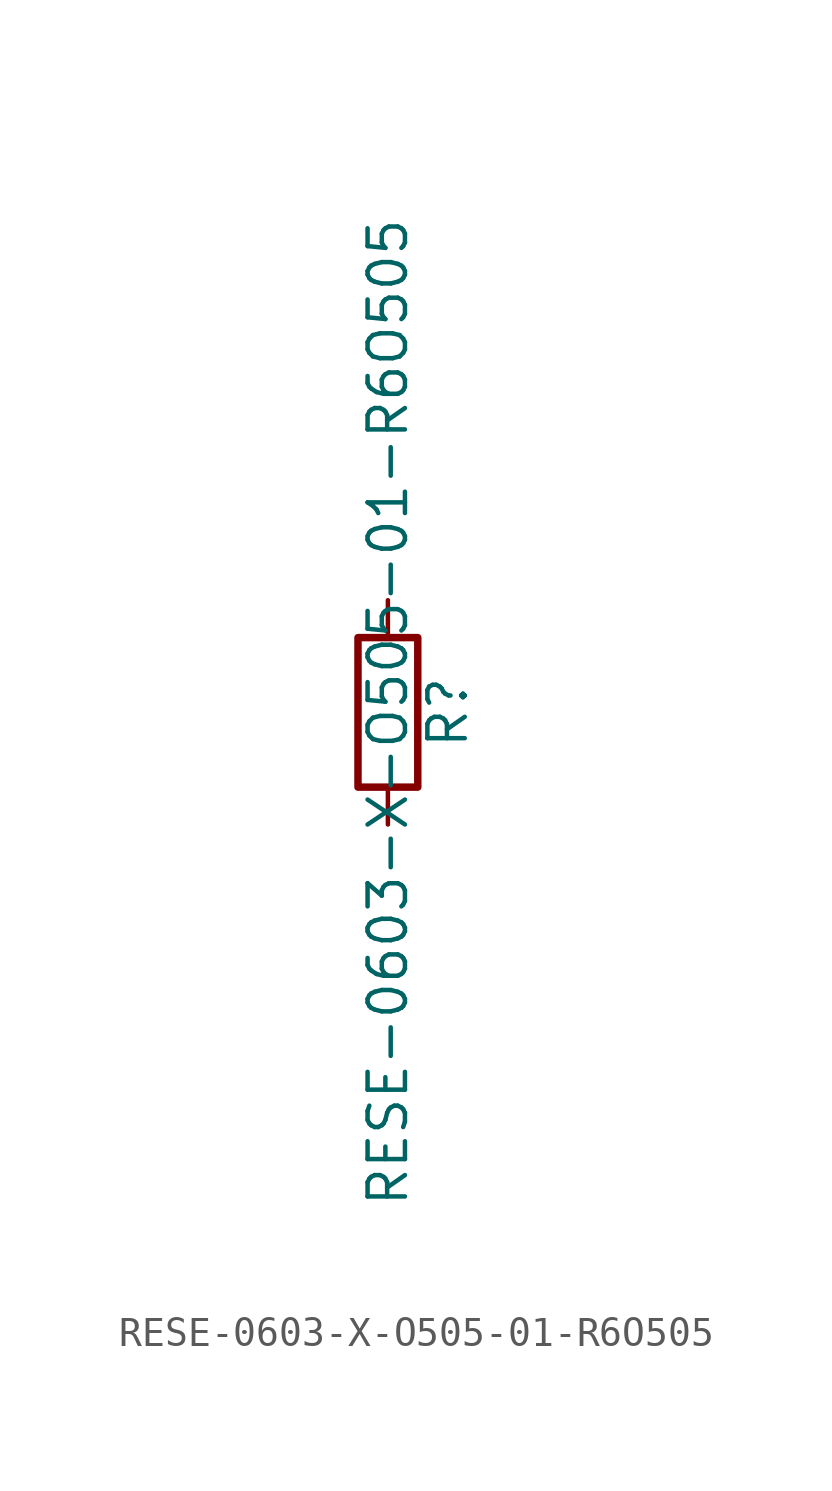
<source format=kicad_sym>
(kicad_symbol_lib
  (version 20211014)
  (generator kicad_symbol_editor)
  (symbol "RESE-0603-X-O505-01-R6O505"
    (pin_numbers hide)
    (pin_names
      (offset 0))
    (property "Reference" "R"
      (at 2.032 0 90)
      (effects (font (size 1.27 1.27))))
    (property "Value" "RESE-0603-X-O505-01-R6O505"
      (at 0 0 90)
      (effects (font (size 1.27 1.27))))
    (symbol "RESE-0603-X-O505-01-R6O505_0_1"
      (rectangle (start -1.016 -2.54) (end 1.016 2.54) (stroke (width 0.254) (type default) (color 0 0 0 0)) (fill (type none))))
    (symbol "RESE-0603-X-O505-01-R6O505_1_1"
      (pin passive line (at 0 3.81 270) (length 1.27) (name "~" (effects (font (size 1.27 1.27)))) (number "1" (effects (font (size 1.27 1.27)))))
      (pin passive line (at 0 -3.81 90) (length 1.27) (name "~" (effects (font (size 1.27 1.27)))) (number "2" (effects (font (size 1.27 1.27))))))))
</source>
